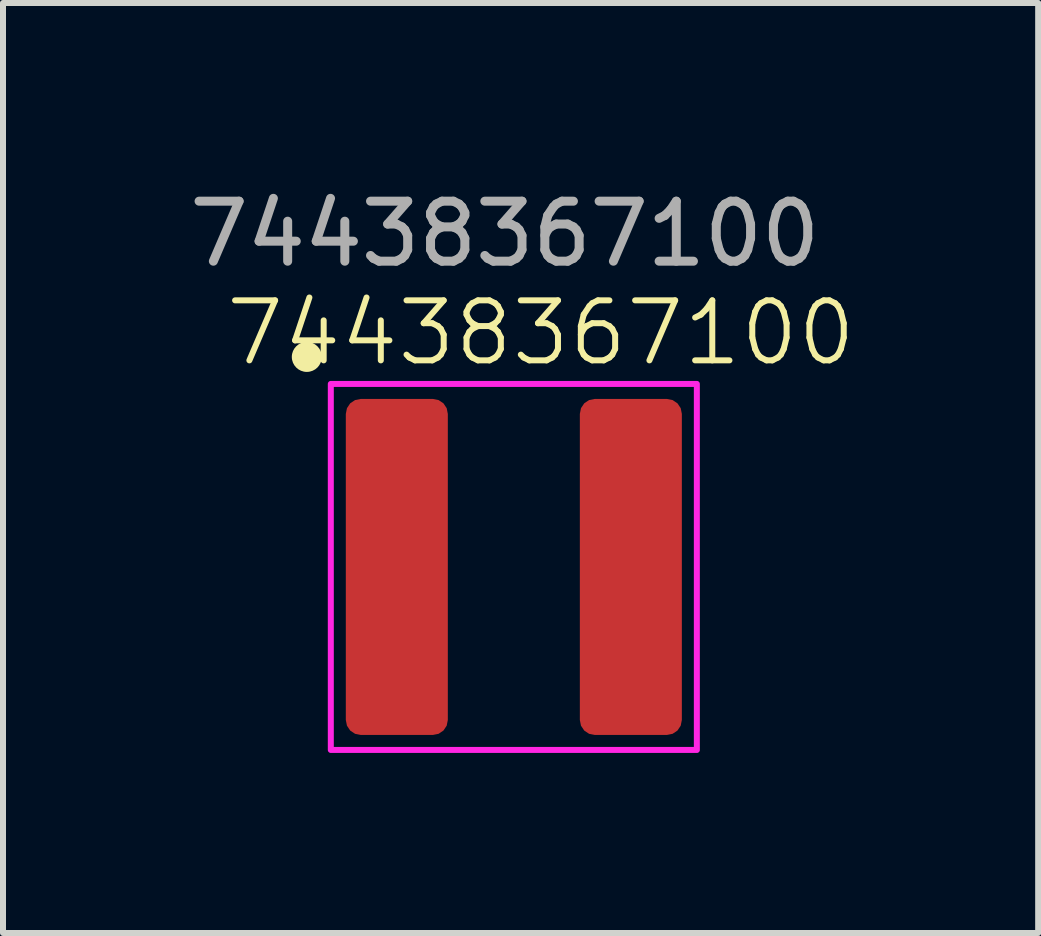
<source format=kicad_pcb>
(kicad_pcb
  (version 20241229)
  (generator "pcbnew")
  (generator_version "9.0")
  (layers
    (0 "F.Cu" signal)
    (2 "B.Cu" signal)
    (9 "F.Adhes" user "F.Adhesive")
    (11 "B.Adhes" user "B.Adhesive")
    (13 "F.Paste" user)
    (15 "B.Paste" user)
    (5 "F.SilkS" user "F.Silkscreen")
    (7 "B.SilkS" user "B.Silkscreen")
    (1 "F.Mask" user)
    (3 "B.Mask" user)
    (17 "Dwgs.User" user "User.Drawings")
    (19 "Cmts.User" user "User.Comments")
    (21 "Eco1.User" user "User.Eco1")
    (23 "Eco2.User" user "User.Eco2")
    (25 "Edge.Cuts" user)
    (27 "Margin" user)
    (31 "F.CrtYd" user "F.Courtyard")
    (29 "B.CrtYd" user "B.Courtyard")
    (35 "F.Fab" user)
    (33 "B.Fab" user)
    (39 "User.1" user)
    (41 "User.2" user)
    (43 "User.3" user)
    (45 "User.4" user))
  (footprint "74438367100"
    (layer "F.Cu")
    (at 5.513 6.398)
    (property "Reference" "74438367100" (at 0.45 -3.9 0) (unlocked yes) (layer "F.SilkS") (effects (font (size 1 1) (thickness 0.1))))
    (attr smd)
    (fp_circle (center -3.45 -3.5) (end -3.25 -3.5) (stroke (width 0.1) (type solid)) (fill yes) (layer "F.SilkS"))
    (fp_rect (start -3.05 -3.05) (end 3.05 3.05) (stroke (width 0.1) (type default)) (fill no) (layer "F.CrtYd"))
    (fp_text user "${REFERENCE}" (at -0.15 -5.55 0) (unlocked yes) (layer "F.Fab") (effects (font (size 1 1) (thickness 0.15))))
    (pad "1" smd roundrect (at -1.95 0) (size 1.7 5.6) (layers "F.Cu" "F.Mask" "F.Paste") (roundrect_rratio 0.147))
    (pad "2" smd roundrect (at 1.95 0) (size 1.7 5.6) (layers "F.Cu" "F.Mask" "F.Paste") (roundrect_rratio 0.147)))
  (gr_rect
    (start -3 -3)
    (end 14.251 12.498)
    (stroke (width 0.1) (type default))
    (fill no)
    (layer "Edge.Cuts")))
</source>
